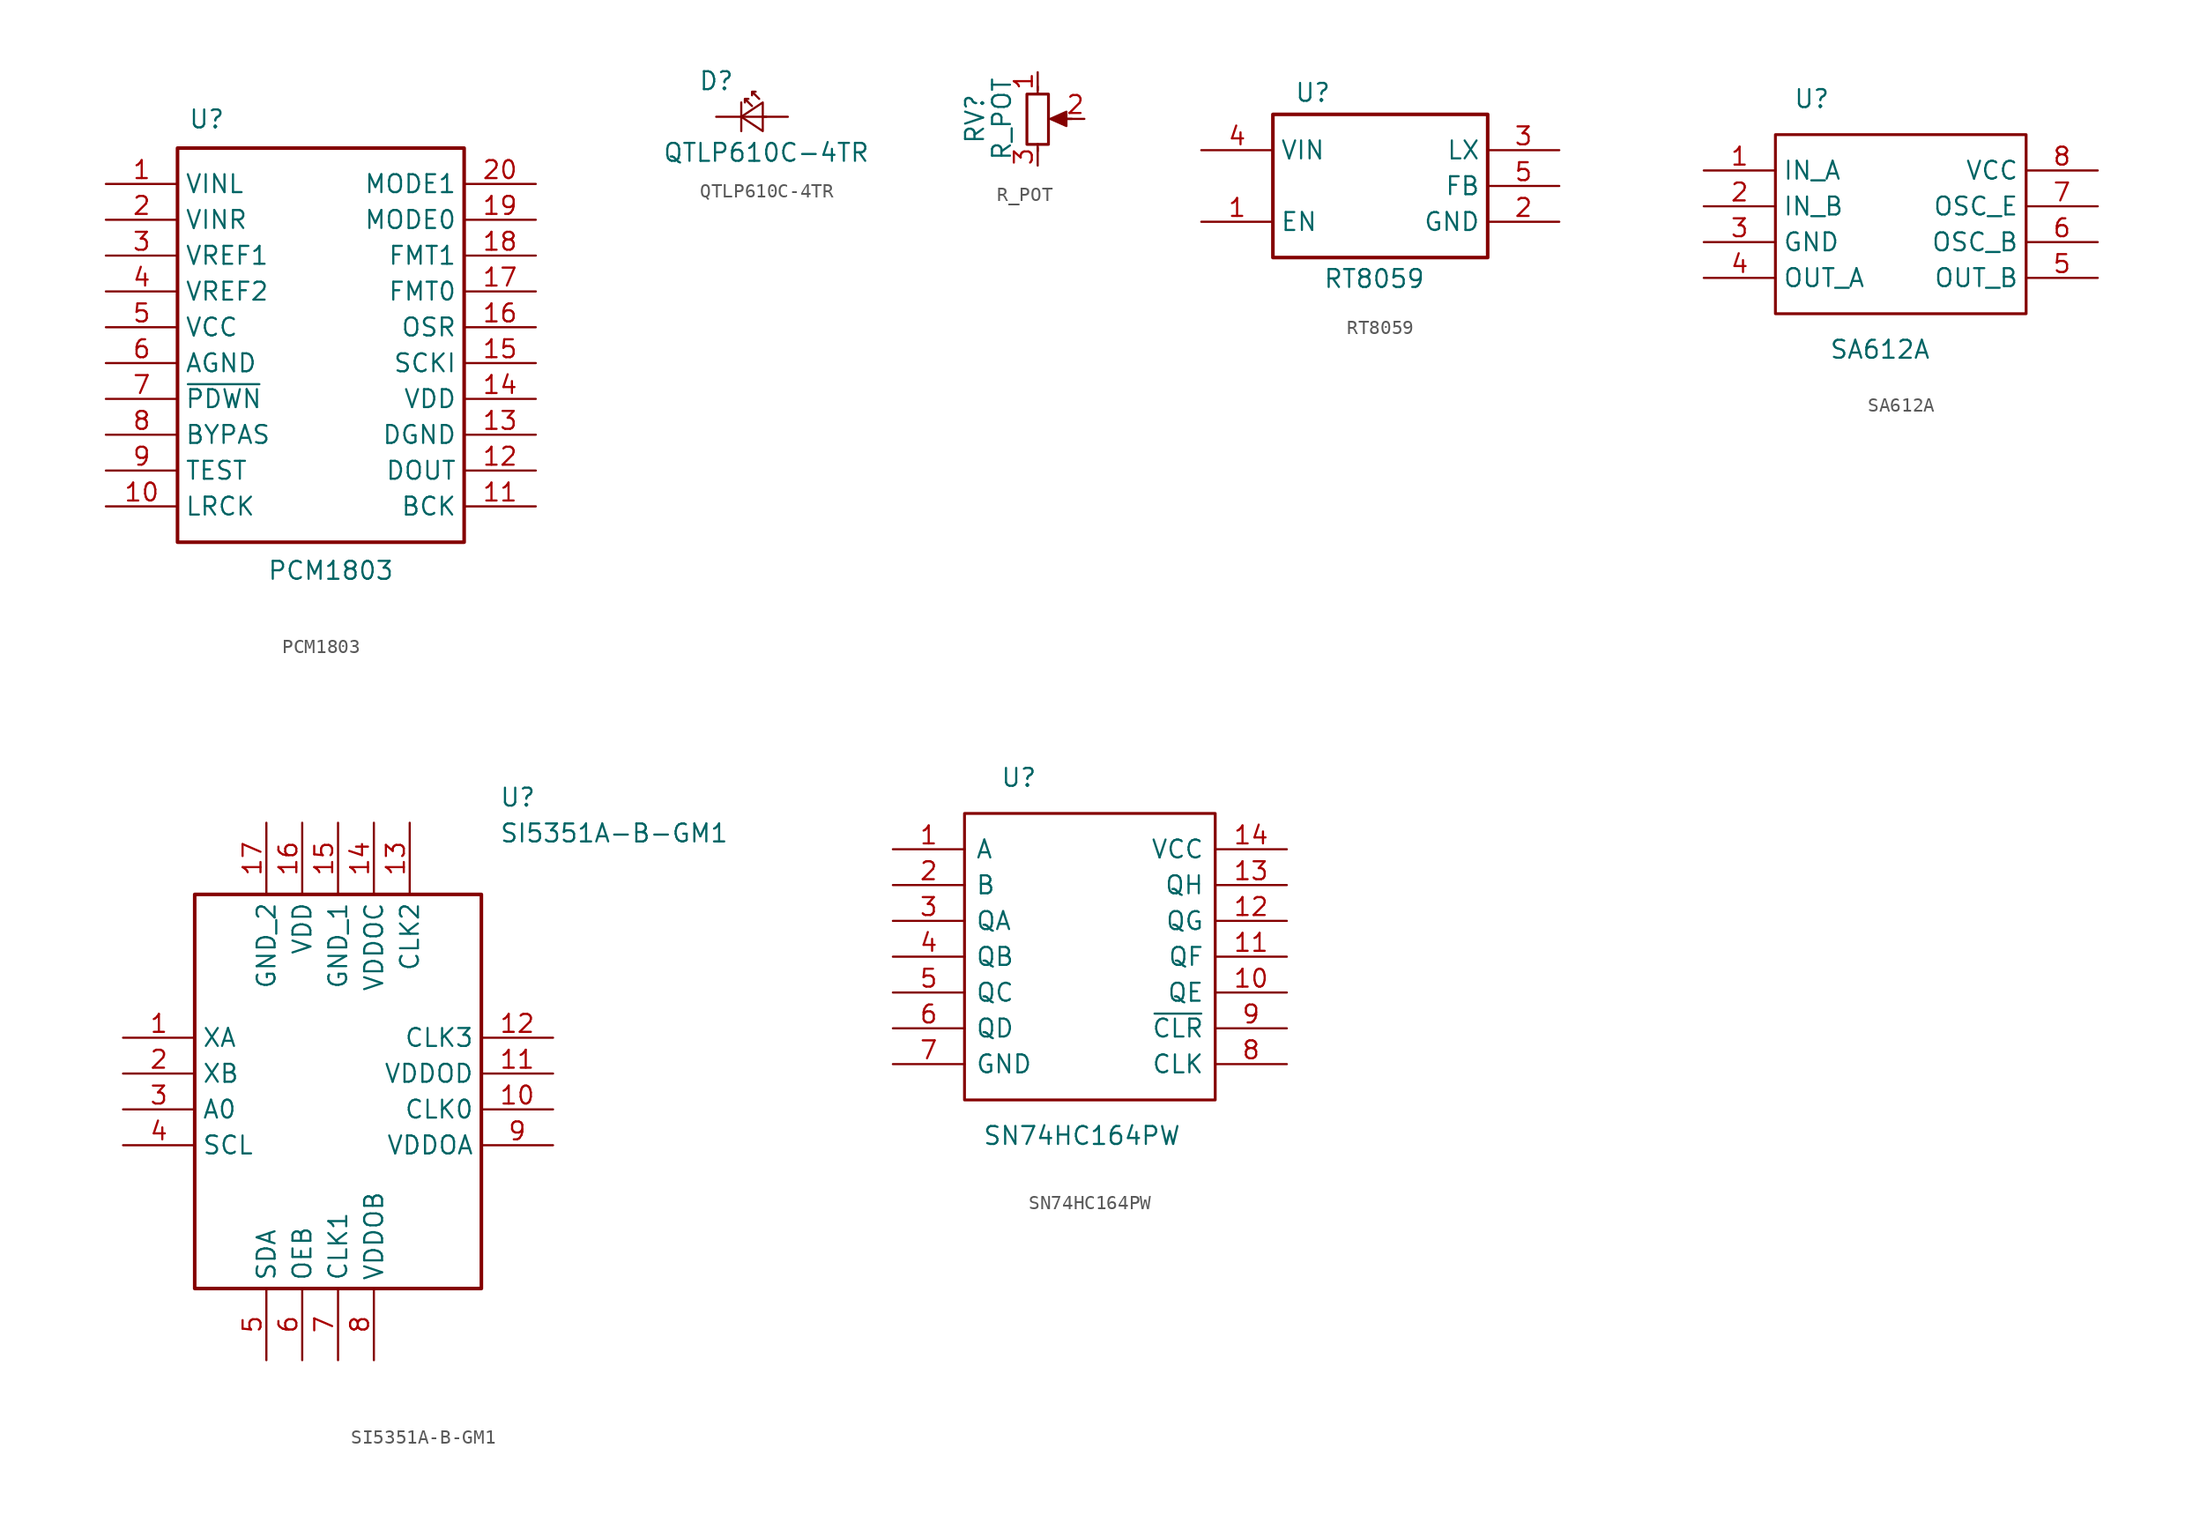
<source format=kicad_sym>
(kicad_symbol_lib
  (version 20241209)
  (generator "kicad_symbol_editor")
  (generator_version "9.0")
  (symbol "PCM1803"
    (property "Reference" "U"
      (at -9.398 16.764 0)
      (effects (font (size 1.27 1.27)) (justify left top)))
    (property "Value" "PCM1803"
      (at -3.81 -15.24 0)
      (effects (font (size 1.27 1.27)) (justify left top)))
    (symbol "PCM1803_1_1"
      (rectangle (start -10.16 13.97) (end 10.16 -13.97) (stroke (width 0.254) (type solid)) (fill (type none)))
      (pin passive line (at -15.24 11.43 0) (length 5.08) (name "VINL" (effects (font (size 1.27 1.27)))) (number "1" (effects (font (size 1.27 1.27)))))
      (pin passive line (at -15.24 8.89 0) (length 5.08) (name "VINR" (effects (font (size 1.27 1.27)))) (number "2" (effects (font (size 1.27 1.27)))))
      (pin passive line (at -15.24 6.35 0) (length 5.08) (name "VREF1" (effects (font (size 1.27 1.27)))) (number "3" (effects (font (size 1.27 1.27)))))
      (pin passive line (at -15.24 3.81 0) (length 5.08) (name "VREF2" (effects (font (size 1.27 1.27)))) (number "4" (effects (font (size 1.27 1.27)))))
      (pin passive line (at -15.24 1.27 0) (length 5.08) (name "VCC" (effects (font (size 1.27 1.27)))) (number "5" (effects (font (size 1.27 1.27)))))
      (pin passive line (at -15.24 -1.27 0) (length 5.08) (name "AGND" (effects (font (size 1.27 1.27)))) (number "6" (effects (font (size 1.27 1.27)))))
      (pin passive line (at -15.24 -3.81 0) (length 5.08) (name "~{PDWN}" (effects (font (size 1.27 1.27)))) (number "7" (effects (font (size 1.27 1.27)))))
      (pin passive line (at -15.24 -6.35 0) (length 5.08) (name "BYPAS" (effects (font (size 1.27 1.27)))) (number "8" (effects (font (size 1.27 1.27)))))
      (pin passive line (at -15.24 -8.89 0) (length 5.08) (name "TEST" (effects (font (size 1.27 1.27)))) (number "9" (effects (font (size 1.27 1.27)))))
      (pin passive line (at -15.24 -11.43 0) (length 5.08) (name "LRCK" (effects (font (size 1.27 1.27)))) (number "10" (effects (font (size 1.27 1.27)))))
      (pin passive line (at 15.24 11.43 180) (length 5.08) (name "MODE1" (effects (font (size 1.27 1.27)))) (number "20" (effects (font (size 1.27 1.27)))))
      (pin passive line (at 15.24 8.89 180) (length 5.08) (name "MODE0" (effects (font (size 1.27 1.27)))) (number "19" (effects (font (size 1.27 1.27)))))
      (pin passive line (at 15.24 6.35 180) (length 5.08) (name "FMT1" (effects (font (size 1.27 1.27)))) (number "18" (effects (font (size 1.27 1.27)))))
      (pin passive line (at 15.24 3.81 180) (length 5.08) (name "FMT0" (effects (font (size 1.27 1.27)))) (number "17" (effects (font (size 1.27 1.27)))))
      (pin passive line (at 15.24 1.27 180) (length 5.08) (name "OSR" (effects (font (size 1.27 1.27)))) (number "16" (effects (font (size 1.27 1.27)))))
      (pin passive line (at 15.24 -1.27 180) (length 5.08) (name "SCKI" (effects (font (size 1.27 1.27)))) (number "15" (effects (font (size 1.27 1.27)))))
      (pin passive line (at 15.24 -3.81 180) (length 5.08) (name "VDD" (effects (font (size 1.27 1.27)))) (number "14" (effects (font (size 1.27 1.27)))))
      (pin passive line (at 15.24 -6.35 180) (length 5.08) (name "DGND" (effects (font (size 1.27 1.27)))) (number "13" (effects (font (size 1.27 1.27)))))
      (pin passive line (at 15.24 -8.89 180) (length 5.08) (name "DOUT" (effects (font (size 1.27 1.27)))) (number "12" (effects (font (size 1.27 1.27)))))
      (pin passive line (at 15.24 -11.43 180) (length 5.08) (name "BCK" (effects (font (size 1.27 1.27)))) (number "11" (effects (font (size 1.27 1.27)))))))
  (symbol "QTLP610C-4TR"
    (pin_numbers
      (hide yes))
    (pin_names
      (offset 0.762)
      (hide yes))
    (property "Reference" "D"
      (at -3.81 2.54 0)
      (effects (font (size 1.27 1.27)) (justify left)))
    (property "Value" "QTLP610C-4TR"
      (at -6.35 -2.54 0)
      (effects (font (size 1.27 1.27)) (justify left)))
    (symbol "QTLP610C-4TR_1_1"
      (polyline (pts (xy -0.762 -1.016) (xy -0.762 1.016)) (stroke (width 0) (type solid)) (fill (type none)))
      (polyline (pts (xy 0 0.762) (xy -0.508 1.27) (xy -0.254 1.27) (xy -0.508 1.27) (xy -0.508 1.016)) (stroke (width 0) (type solid)) (fill (type none)))
      (polyline (pts (xy 0.508 1.27) (xy 0 1.778) (xy 0.254 1.778) (xy 0 1.778) (xy 0 1.524)) (stroke (width 0) (type solid)) (fill (type none)))
      (polyline (pts (xy 0.762 -1.016) (xy -0.762 0) (xy 0.762 1.016) (xy 0.762 -1.016)) (stroke (width 0) (type solid)) (fill (type none)))
      (polyline (pts (xy 1.016 0) (xy -0.762 0)) (stroke (width 0) (type solid)) (fill (type none)))
      (pin passive line (at -2.54 0 0) (length 1.778) (name "K" (effects (font (size 1.27 1.27)))) (number "1" (effects (font (size 1.27 1.27)))))
      (pin passive line (at 2.54 0 180) (length 1.778) (name "A" (effects (font (size 1.27 1.27)))) (number "2" (effects (font (size 1.27 1.27)))))))
  (symbol "R_POT"
    (pin_names
      (offset 1.016)
      (hide yes))
    (property "Reference" "RV"
      (at -4.445 0 90)
      (effects (font (size 1.27 1.27))))
    (property "Value" "R_POT"
      (at -2.54 0 90)
      (effects (font (size 1.27 1.27))))
    (symbol "R_POT_0_1"
      (polyline (pts (xy 0 1.778) (xy 0 2.286)) (stroke (width 0.152) (type solid)) (fill (type none)))
      (polyline (pts (xy 0 -1.778) (xy 0 -2.286)) (stroke (width 0.152) (type solid)) (fill (type none)))
      (polyline (pts (xy 0.889 0) (xy 2.032 0.508) (xy 2.032 -0.508) (xy 0.889 0)) (stroke (width 0) (type solid)) (fill (type outline)))
      (polyline (pts (xy 2.413 0) (xy 1.397 0)) (stroke (width 0) (type solid)) (fill (type none)))
      (pin passive line (at 0 3.302 270) (length 1.27) (name "1" (effects (font (size 1.27 1.27)))) (number "1" (effects (font (size 1.27 1.27))))))
    (symbol "R_POT_1_1"
      (rectangle (start -0.762 1.753) (end 0.762 -1.803) (stroke (width 0.203) (type solid)) (fill (type none)))
      (pin passive line (at 0 -3.302 90) (length 1.27) (name "3" (effects (font (size 1.27 1.27)))) (number "3" (effects (font (size 1.27 1.27)))))
      (pin passive line (at 3.302 0 180) (length 1.27) (name "2" (effects (font (size 1.27 1.27)))) (number "2" (effects (font (size 1.27 1.27)))))))
  (symbol "RT8059"
    (property "Reference" "U"
      (at -6.096 7.366 0)
      (effects (font (size 1.27 1.27)) (justify left top)))
    (property "Value" "RT8059"
      (at -4.064 -5.842 0)
      (effects (font (size 1.27 1.27)) (justify left top)))
    (symbol "RT8059_1_1"
      (rectangle (start -7.62 5.08) (end 7.62 -5.08) (stroke (width 0.254) (type solid)) (fill (type none)))
      (pin passive line (at -12.7 2.54 0) (length 5.08) (name "VIN" (effects (font (size 1.27 1.27)))) (number "4" (effects (font (size 1.27 1.27)))))
      (pin passive line (at -12.7 -2.54 0) (length 5.08) (name "EN" (effects (font (size 1.27 1.27)))) (number "1" (effects (font (size 1.27 1.27)))))
      (pin passive line (at 12.7 2.54 180) (length 5.08) (name "LX" (effects (font (size 1.27 1.27)))) (number "3" (effects (font (size 1.27 1.27)))))
      (pin passive line (at 12.7 0 180) (length 5.08) (name "FB" (effects (font (size 1.27 1.27)))) (number "5" (effects (font (size 1.27 1.27)))))
      (pin passive line (at 12.7 -2.54 180) (length 5.08) (name "GND" (effects (font (size 1.27 1.27)))) (number "2" (effects (font (size 1.27 1.27)))))))
  (symbol "SA612A"
    (property "Reference" "U"
      (at -7.62 8.89 0)
      (effects (font (size 1.27 1.27)) (justify left)))
    (property "Value" "SA612A"
      (at -5.08 -8.89 0)
      (effects (font (size 1.27 1.27)) (justify left)))
    (symbol "SA612A_0_0"
      (pin input line (at -13.97 3.81 0) (length 5.08) (name "IN_A" (effects (font (size 1.27 1.27)))) (number "1" (effects (font (size 1.27 1.27)))))
      (pin input line (at -13.97 1.27 0) (length 5.08) (name "IN_B" (effects (font (size 1.27 1.27)))) (number "2" (effects (font (size 1.27 1.27)))))
      (pin bidirectional line (at -13.97 -1.27 0) (length 5.08) (name "GND" (effects (font (size 1.27 1.27)))) (number "3" (effects (font (size 1.27 1.27)))))
      (pin output line (at -13.97 -3.81 0) (length 5.08) (name "OUT_A" (effects (font (size 1.27 1.27)))) (number "4" (effects (font (size 1.27 1.27)))))
      (pin power_in line (at 13.97 3.81 180) (length 5.08) (name "VCC" (effects (font (size 1.27 1.27)))) (number "8" (effects (font (size 1.27 1.27)))))
      (pin bidirectional line (at 13.97 1.27 180) (length 5.08) (name "OSC_E" (effects (font (size 1.27 1.27)))) (number "7" (effects (font (size 1.27 1.27)))))
      (pin bidirectional line (at 13.97 -1.27 180) (length 5.08) (name "OSC_B" (effects (font (size 1.27 1.27)))) (number "6" (effects (font (size 1.27 1.27)))))
      (pin output line (at 13.97 -3.81 180) (length 5.08) (name "OUT_B" (effects (font (size 1.27 1.27)))) (number "5" (effects (font (size 1.27 1.27))))))
    (symbol "SA612A_0_1"
      (polyline (pts (xy -8.89 6.35) (xy 8.89 6.35) (xy 8.89 -6.35) (xy -8.89 -6.35) (xy -8.89 6.35)) (stroke (width 0.203) (type solid)) (fill (type none)))))
  (symbol "SI5351A-B-GM1"
    (property "Reference" "U"
      (at 26.67 17.78 0)
      (effects (font (size 1.27 1.27)) (justify left top)))
    (property "Value" "SI5351A-B-GM1"
      (at 26.67 15.24 0)
      (effects (font (size 1.27 1.27)) (justify left top)))
    (symbol "SI5351A-B-GM1_1_1"
      (rectangle (start 5.08 10.16) (end 25.4 -17.78) (stroke (width 0.254) (type solid)) (fill (type none)))
      (pin passive line (at 0 0 0) (length 5.08) (name "XA" (effects (font (size 1.27 1.27)))) (number "1" (effects (font (size 1.27 1.27)))))
      (pin passive line (at 0 -2.54 0) (length 5.08) (name "XB" (effects (font (size 1.27 1.27)))) (number "2" (effects (font (size 1.27 1.27)))))
      (pin passive line (at 0 -5.08 0) (length 5.08) (name "A0" (effects (font (size 1.27 1.27)))) (number "3" (effects (font (size 1.27 1.27)))))
      (pin passive line (at 0 -7.62 0) (length 5.08) (name "SCL" (effects (font (size 1.27 1.27)))) (number "4" (effects (font (size 1.27 1.27)))))
      (pin passive line (at 10.16 15.24 270) (length 5.08) (name "GND_2" (effects (font (size 1.27 1.27)))) (number "17" (effects (font (size 1.27 1.27)))))
      (pin passive line (at 10.16 -22.86 90) (length 5.08) (name "SDA" (effects (font (size 1.27 1.27)))) (number "5" (effects (font (size 1.27 1.27)))))
      (pin passive line (at 12.7 15.24 270) (length 5.08) (name "VDD" (effects (font (size 1.27 1.27)))) (number "16" (effects (font (size 1.27 1.27)))))
      (pin passive line (at 12.7 -22.86 90) (length 5.08) (name "OEB" (effects (font (size 1.27 1.27)))) (number "6" (effects (font (size 1.27 1.27)))))
      (pin passive line (at 15.24 15.24 270) (length 5.08) (name "GND_1" (effects (font (size 1.27 1.27)))) (number "15" (effects (font (size 1.27 1.27)))))
      (pin passive line (at 15.24 -22.86 90) (length 5.08) (name "CLK1" (effects (font (size 1.27 1.27)))) (number "7" (effects (font (size 1.27 1.27)))))
      (pin passive line (at 17.78 15.24 270) (length 5.08) (name "VDDOC" (effects (font (size 1.27 1.27)))) (number "14" (effects (font (size 1.27 1.27)))))
      (pin passive line (at 17.78 -22.86 90) (length 5.08) (name "VDDOB" (effects (font (size 1.27 1.27)))) (number "8" (effects (font (size 1.27 1.27)))))
      (pin passive line (at 20.32 15.24 270) (length 5.08) (name "CLK2" (effects (font (size 1.27 1.27)))) (number "13" (effects (font (size 1.27 1.27)))))
      (pin passive line (at 30.48 0 180) (length 5.08) (name "CLK3" (effects (font (size 1.27 1.27)))) (number "12" (effects (font (size 1.27 1.27)))))
      (pin passive line (at 30.48 -2.54 180) (length 5.08) (name "VDDOD" (effects (font (size 1.27 1.27)))) (number "11" (effects (font (size 1.27 1.27)))))
      (pin passive line (at 30.48 -5.08 180) (length 5.08) (name "CLK0" (effects (font (size 1.27 1.27)))) (number "10" (effects (font (size 1.27 1.27)))))
      (pin passive line (at 30.48 -7.62 180) (length 5.08) (name "VDDOA" (effects (font (size 1.27 1.27)))) (number "9" (effects (font (size 1.27 1.27)))))))
  (symbol "SN74HC164PW"
    (pin_names
      (offset 0.762))
    (property "Reference" "U"
      (at -6.35 12.7 0)
      (effects (font (size 1.27 1.27)) (justify left)))
    (property "Value" "SN74HC164PW"
      (at -7.62 -12.7 0)
      (effects (font (size 1.27 1.27)) (justify left)))
    (symbol "SN74HC164PW_0_0"
      (pin bidirectional line (at -13.97 7.62 0) (length 5.08) (name "A" (effects (font (size 1.27 1.27)))) (number "1" (effects (font (size 1.27 1.27)))))
      (pin bidirectional line (at -13.97 5.08 0) (length 5.08) (name "B" (effects (font (size 1.27 1.27)))) (number "2" (effects (font (size 1.27 1.27)))))
      (pin bidirectional line (at -13.97 2.54 0) (length 5.08) (name "QA" (effects (font (size 1.27 1.27)))) (number "3" (effects (font (size 1.27 1.27)))))
      (pin bidirectional line (at -13.97 0 0) (length 5.08) (name "QB" (effects (font (size 1.27 1.27)))) (number "4" (effects (font (size 1.27 1.27)))))
      (pin bidirectional line (at -13.97 -2.54 0) (length 5.08) (name "QC" (effects (font (size 1.27 1.27)))) (number "5" (effects (font (size 1.27 1.27)))))
      (pin bidirectional line (at -13.97 -5.08 0) (length 5.08) (name "QD" (effects (font (size 1.27 1.27)))) (number "6" (effects (font (size 1.27 1.27)))))
      (pin bidirectional line (at -13.97 -7.62 0) (length 5.08) (name "GND" (effects (font (size 1.27 1.27)))) (number "7" (effects (font (size 1.27 1.27)))))
      (pin bidirectional line (at 13.97 7.62 180) (length 5.08) (name "VCC" (effects (font (size 1.27 1.27)))) (number "14" (effects (font (size 1.27 1.27)))))
      (pin bidirectional line (at 13.97 5.08 180) (length 5.08) (name "QH" (effects (font (size 1.27 1.27)))) (number "13" (effects (font (size 1.27 1.27)))))
      (pin bidirectional line (at 13.97 2.54 180) (length 5.08) (name "QG" (effects (font (size 1.27 1.27)))) (number "12" (effects (font (size 1.27 1.27)))))
      (pin bidirectional line (at 13.97 0 180) (length 5.08) (name "QF" (effects (font (size 1.27 1.27)))) (number "11" (effects (font (size 1.27 1.27)))))
      (pin bidirectional line (at 13.97 -2.54 180) (length 5.08) (name "QE" (effects (font (size 1.27 1.27)))) (number "10" (effects (font (size 1.27 1.27)))))
      (pin bidirectional line (at 13.97 -5.08 180) (length 5.08) (name "~{CLR}" (effects (font (size 1.27 1.27)))) (number "9" (effects (font (size 1.27 1.27)))))
      (pin bidirectional line (at 13.97 -7.62 180) (length 5.08) (name "CLK" (effects (font (size 1.27 1.27)))) (number "8" (effects (font (size 1.27 1.27))))))
    (symbol "SN74HC164PW_0_1"
      (polyline (pts (xy -8.89 10.16) (xy 8.89 10.16) (xy 8.89 -10.16) (xy -8.89 -10.16) (xy -8.89 10.16)) (stroke (width 0.203) (type solid)) (fill (type none))))))
</source>
